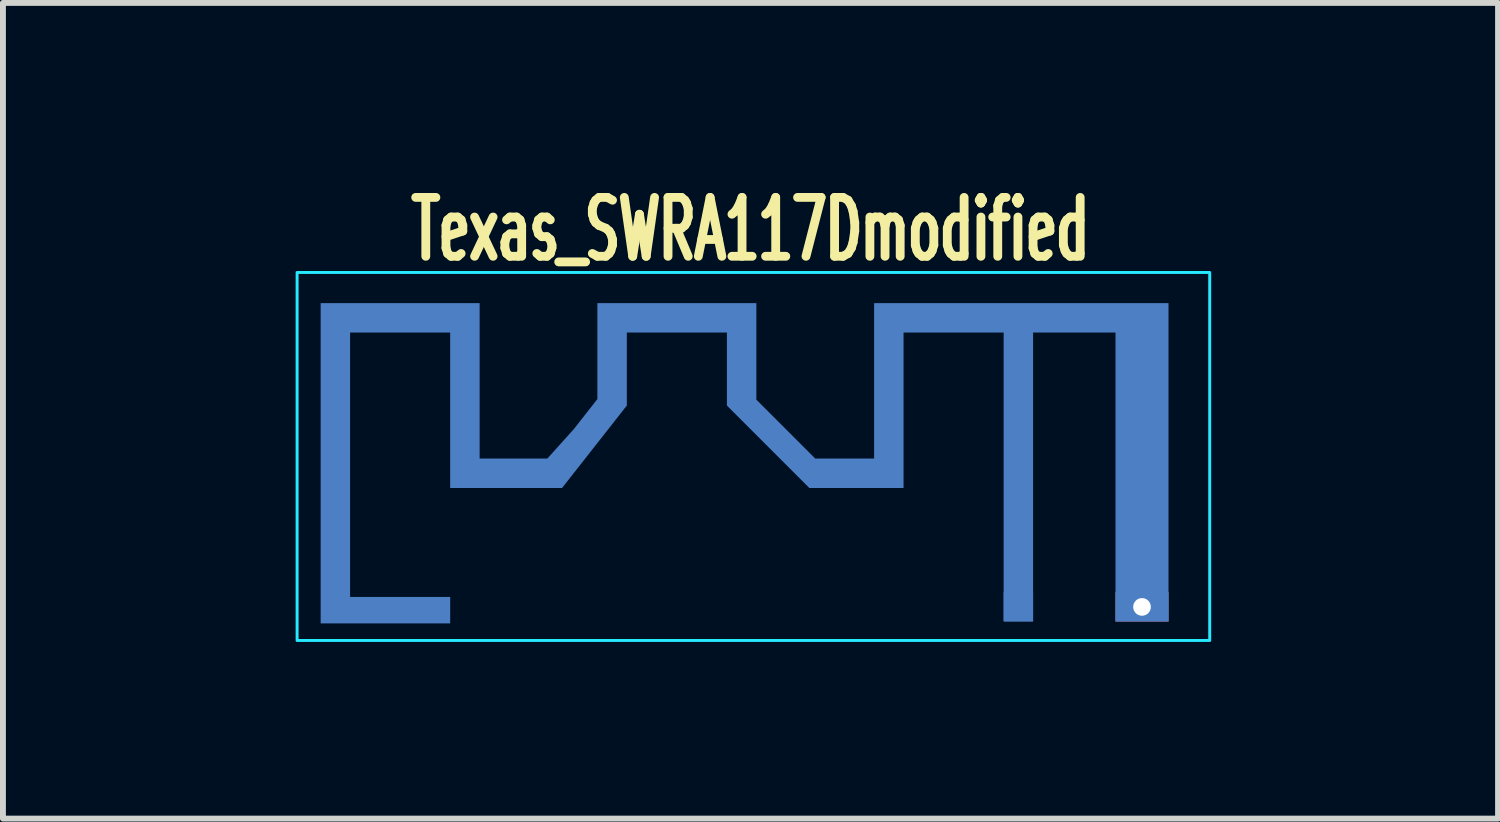
<source format=kicad_pcb>
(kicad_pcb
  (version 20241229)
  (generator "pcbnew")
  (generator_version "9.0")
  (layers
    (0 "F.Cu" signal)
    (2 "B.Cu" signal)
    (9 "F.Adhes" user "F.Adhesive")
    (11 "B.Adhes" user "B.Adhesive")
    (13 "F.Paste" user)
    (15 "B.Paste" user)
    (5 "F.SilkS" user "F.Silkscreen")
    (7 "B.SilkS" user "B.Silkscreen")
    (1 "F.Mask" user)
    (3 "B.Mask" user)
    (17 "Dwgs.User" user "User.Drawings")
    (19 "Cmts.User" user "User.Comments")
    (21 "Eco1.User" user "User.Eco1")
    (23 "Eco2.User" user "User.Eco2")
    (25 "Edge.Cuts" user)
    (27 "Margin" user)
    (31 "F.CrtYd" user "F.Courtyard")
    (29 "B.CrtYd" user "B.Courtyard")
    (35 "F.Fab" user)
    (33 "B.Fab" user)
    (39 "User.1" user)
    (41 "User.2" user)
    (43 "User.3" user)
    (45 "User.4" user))
  (footprint "Texas_SWRA117Dmodified"
    (layer "F.Cu")
    (at 14.246 6.578)
    (property "Reference" "Texas_SWRA117Dmodified" (at -4.55 -5.73 180) (layer "F.SilkS") (effects (font (size 1 0.6) (thickness 0.16))))
    (attr exclude_from_pos_files)
    (fp_poly (pts (xy -2.45 -1.84) (xy -3.45 -1.84) (xy -3.95 -2.34) (xy -4.45 -2.84) (xy -4.45 -4.48) (xy -7.15 -4.48) (xy -7.15 -2.85) (xy -7.55 -2.34) (xy -8 -1.84) (xy -9.15 -1.84) (xy -9.15 -4.48) (xy -11.85 -4.48) (xy -11.85 0.96) (xy -9.65 0.96) (xy -9.65 0.51) (xy -11.35 0.51) (xy -11.35 -3.98) (xy -9.65 -3.98) (xy -9.65 -1.34) (xy -7.75 -1.34) (xy -6.65 -2.74) (xy -6.65 -3.35) (xy -6.65 -3.98) (xy -4.95 -3.98) (xy -4.95 -2.74) (xy -4.25 -2.04) (xy -3.55 -1.34) (xy -1.95 -1.34) (xy -1.95 -3.98) (xy -0.25 -3.98) (xy -0.25 0.92) (xy 0.25 0.92) (xy 0.25 -3.98) (xy 1.65 -3.98) (xy 1.65 0.92) (xy 2.55 0.92) (xy 2.55 0.677) (xy 2.248 0.677) (xy 2.238 0.724) (xy 2.214 0.767) (xy 2.176 0.8) (xy 2.168 0.804) (xy 2.125 0.816) (xy 2.077 0.815) (xy 2.031 0.802) (xy 2.013 0.792) (xy 1.979 0.757) (xy 1.958 0.711) (xy 1.952 0.662) (xy 1.96 0.614) (xy 1.977 0.581) (xy 2.012 0.549) (xy 2.058 0.529) (xy 2.107 0.522) (xy 2.155 0.53) (xy 2.188 0.547) (xy 2.223 0.584) (xy 2.243 0.628) (xy 2.248 0.677) (xy 2.55 0.677) (xy 2.55 -4.48) (xy -2.45 -4.48) (xy -2.45 -1.84)) (stroke (width 0) (type solid)) (fill yes) (layer "B.Cu"))
    (fp_rect (start -12.25 -5) (end 3.25 1.25) (stroke (width 0.05) (type default)) (fill no) (layer "B.CrtYd"))
    (fp_circle (center -5.5 -1.34) (end -6 -0.34) (stroke (width 0.1) (type default)) (fill no) (layer "User.2"))
    (fp_text user "${REFERENCE}" (at -4.55 -5.72 180) (layer "User.2") (effects (font (size 1 1) (thickness 0.15)) (justify mirror)))
    (pad "1" connect rect (at 0 0.68) (size 0.5 0.5) (layers "B.Cu"))
    (pad "2" thru_hole rect (at 2.1 0.68) (size 0.9 0.5) (drill 0.3) (layers "*.Cu")))
  (gr_rect
    (start -3 -3)
    (end 22.393 10.853)
    (stroke (width 0.1) (type default))
    (fill no)
    (layer "Edge.Cuts")))
</source>
